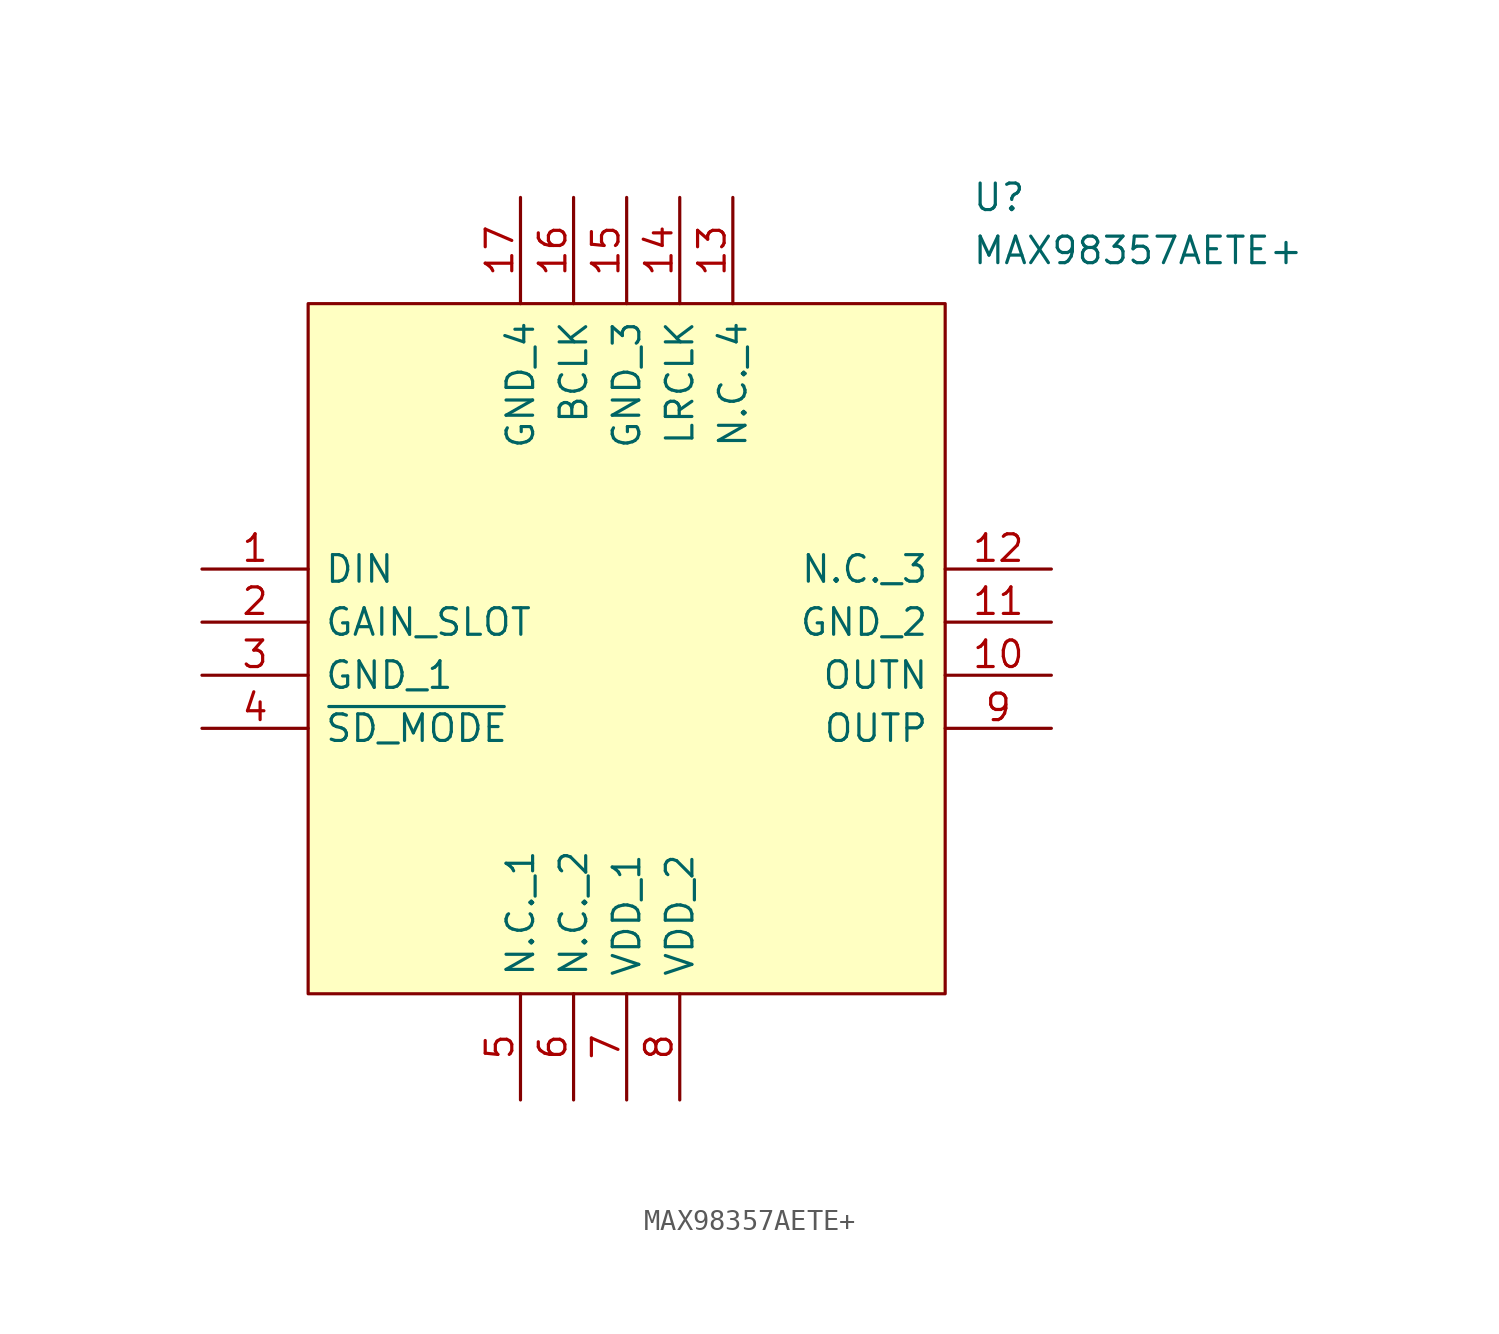
<source format=kicad_sym>
(kicad_symbol_lib
  (version 20220914)
  (generator kicad_symbol_editor)
  (symbol "MAX98357AETE+"
    (pin_names
      (offset 0.762))
    (property "Reference" "U"
      (at 36.83 17.78 0)
      (effects (font (size 1.27 1.27)) (justify left)))
    (property "Value" "MAX98357AETE+"
      (at 36.83 15.24 0)
      (effects (font (size 1.27 1.27)) (justify left)))
    (symbol "MAX98357AETE+_0_0"
      (pin passive line (at 0 0 0) (length 5.08) (name "DIN" (effects (font (size 1.27 1.27)))) (number "1" (effects (font (size 1.27 1.27)))))
      (pin passive line (at 40.64 -5.08 180) (length 5.08) (name "OUTN" (effects (font (size 1.27 1.27)))) (number "10" (effects (font (size 1.27 1.27)))))
      (pin passive line (at 40.64 -2.54 180) (length 5.08) (name "GND_2" (effects (font (size 1.27 1.27)))) (number "11" (effects (font (size 1.27 1.27)))))
      (pin passive line (at 40.64 0 180) (length 5.08) (name "N.C._3" (effects (font (size 1.27 1.27)))) (number "12" (effects (font (size 1.27 1.27)))))
      (pin passive line (at 25.4 17.78 270) (length 5.08) (name "N.C._4" (effects (font (size 1.27 1.27)))) (number "13" (effects (font (size 1.27 1.27)))))
      (pin passive line (at 22.86 17.78 270) (length 5.08) (name "LRCLK" (effects (font (size 1.27 1.27)))) (number "14" (effects (font (size 1.27 1.27)))))
      (pin passive line (at 20.32 17.78 270) (length 5.08) (name "GND_3" (effects (font (size 1.27 1.27)))) (number "15" (effects (font (size 1.27 1.27)))))
      (pin passive line (at 17.78 17.78 270) (length 5.08) (name "BCLK" (effects (font (size 1.27 1.27)))) (number "16" (effects (font (size 1.27 1.27)))))
      (pin passive line (at 15.24 17.78 270) (length 5.08) (name "GND_4" (effects (font (size 1.27 1.27)))) (number "17" (effects (font (size 1.27 1.27)))))
      (pin passive line (at 0 -2.54 0) (length 5.08) (name "GAIN_SLOT" (effects (font (size 1.27 1.27)))) (number "2" (effects (font (size 1.27 1.27)))))
      (pin passive line (at 0 -5.08 0) (length 5.08) (name "GND_1" (effects (font (size 1.27 1.27)))) (number "3" (effects (font (size 1.27 1.27)))))
      (pin passive line (at 0 -7.62 0) (length 5.08) (name "~{SD_MODE}" (effects (font (size 1.27 1.27)))) (number "4" (effects (font (size 1.27 1.27)))))
      (pin passive line (at 15.24 -25.4 90) (length 5.08) (name "N.C._1" (effects (font (size 1.27 1.27)))) (number "5" (effects (font (size 1.27 1.27)))))
      (pin passive line (at 17.78 -25.4 90) (length 5.08) (name "N.C._2" (effects (font (size 1.27 1.27)))) (number "6" (effects (font (size 1.27 1.27)))))
      (pin passive line (at 20.32 -25.4 90) (length 5.08) (name "VDD_1" (effects (font (size 1.27 1.27)))) (number "7" (effects (font (size 1.27 1.27)))))
      (pin passive line (at 22.86 -25.4 90) (length 5.08) (name "VDD_2" (effects (font (size 1.27 1.27)))) (number "8" (effects (font (size 1.27 1.27)))))
      (pin passive line (at 40.64 -7.62 180) (length 5.08) (name "OUTP" (effects (font (size 1.27 1.27)))) (number "9" (effects (font (size 1.27 1.27))))))
    (symbol "MAX98357AETE+_1_1"
      (polyline (pts (xy 5.08 12.7) (xy 35.56 12.7) (xy 35.56 -20.32) (xy 5.08 -20.32) (xy 5.08 12.7)) (stroke (width 0.152) (type solid)) (fill (type background))))))
</source>
